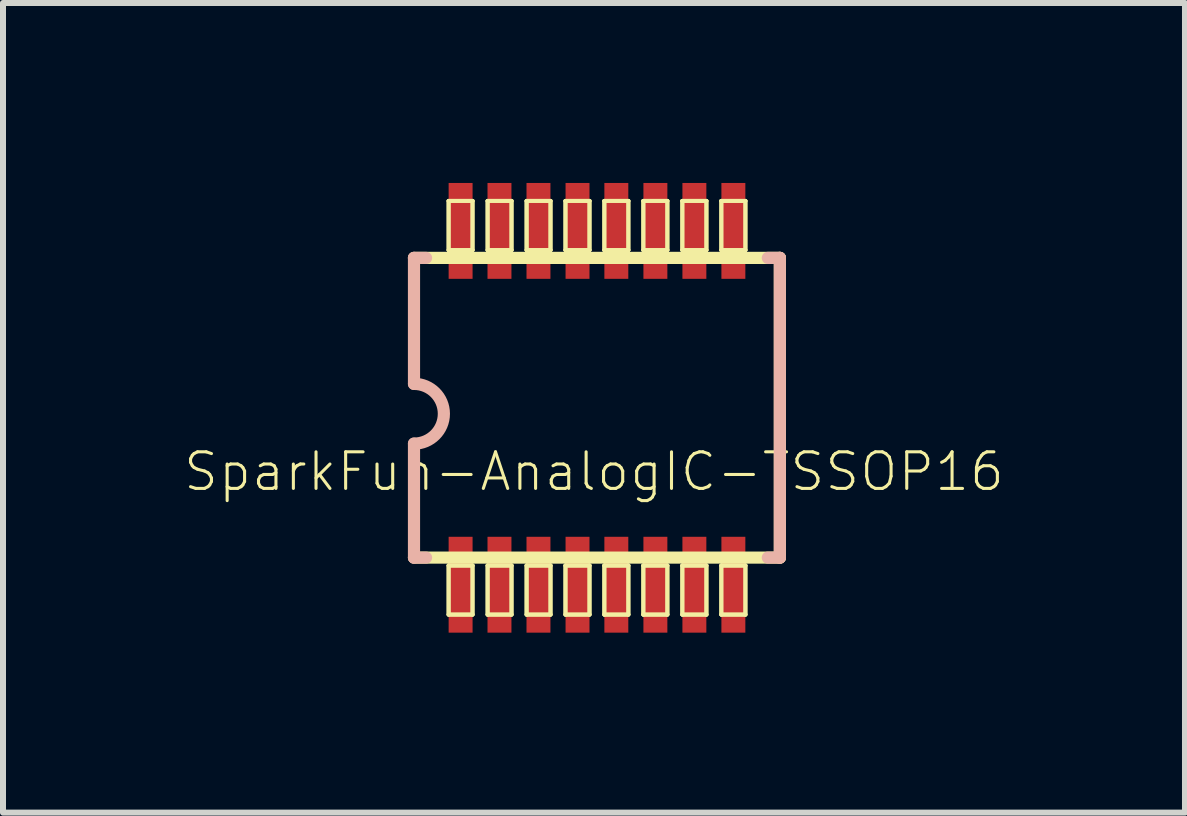
<source format=kicad_pcb>
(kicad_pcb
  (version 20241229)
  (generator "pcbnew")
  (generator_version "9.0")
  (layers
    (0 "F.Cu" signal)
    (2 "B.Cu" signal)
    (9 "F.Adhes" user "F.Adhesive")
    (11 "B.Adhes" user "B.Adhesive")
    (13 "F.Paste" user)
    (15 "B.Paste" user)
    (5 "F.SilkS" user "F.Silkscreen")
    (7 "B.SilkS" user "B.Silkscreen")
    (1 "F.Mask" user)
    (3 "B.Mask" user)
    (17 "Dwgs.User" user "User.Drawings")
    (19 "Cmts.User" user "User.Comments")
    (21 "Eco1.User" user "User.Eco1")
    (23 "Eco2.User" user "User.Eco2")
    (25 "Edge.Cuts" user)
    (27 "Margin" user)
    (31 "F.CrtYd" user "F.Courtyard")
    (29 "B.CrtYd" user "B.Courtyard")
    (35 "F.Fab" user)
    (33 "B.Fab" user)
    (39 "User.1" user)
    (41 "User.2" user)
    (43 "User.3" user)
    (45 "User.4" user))
  (footprint "SparkFun-AnalogIC-TSSOP16"
    (layer "F.Cu")
    (at 6.851 3.847)
    (property "Reference" "SparkFun-AnalogIC-TSSOP16" (at 0 0.965 0) (layer "F.SilkS") (effects (font (size 0.61 0.61) (thickness 0.051))))
    (attr smd)
    (fp_line (start -3 -2.598) (end 3.099 -2.598) (stroke (width 0.203) (type solid)) (layer "F.SilkS"))
    (fp_line (start -2.423 -3.548) (end -2.024 -3.548) (stroke (width 0.066) (type solid)) (layer "F.SilkS"))
    (fp_line (start -2.423 -3.548) (end -2.024 -3.548) (stroke (width 0.066) (type solid)) (layer "F.SilkS"))
    (fp_line (start -2.423 -2.728) (end -2.423 -3.548) (stroke (width 0.066) (type solid)) (layer "F.SilkS"))
    (fp_line (start -2.423 -2.728) (end -2.423 -3.548) (stroke (width 0.066) (type solid)) (layer "F.SilkS"))
    (fp_line (start -2.423 -2.728) (end -2.024 -2.728) (stroke (width 0.066) (type solid)) (layer "F.SilkS"))
    (fp_line (start -2.423 -2.728) (end -2.024 -2.728) (stroke (width 0.066) (type solid)) (layer "F.SilkS"))
    (fp_line (start -2.423 2.53) (end -2.024 2.53) (stroke (width 0.066) (type solid)) (layer "F.SilkS"))
    (fp_line (start -2.423 2.53) (end -2.024 2.53) (stroke (width 0.066) (type solid)) (layer "F.SilkS"))
    (fp_line (start -2.423 3.348) (end -2.423 2.53) (stroke (width 0.066) (type solid)) (layer "F.SilkS"))
    (fp_line (start -2.423 3.348) (end -2.423 2.53) (stroke (width 0.066) (type solid)) (layer "F.SilkS"))
    (fp_line (start -2.423 3.348) (end -2.024 3.348) (stroke (width 0.066) (type solid)) (layer "F.SilkS"))
    (fp_line (start -2.423 3.348) (end -2.024 3.348) (stroke (width 0.066) (type solid)) (layer "F.SilkS"))
    (fp_line (start -2.024 -2.728) (end -2.024 -3.548) (stroke (width 0.066) (type solid)) (layer "F.SilkS"))
    (fp_line (start -2.024 -2.728) (end -2.024 -3.548) (stroke (width 0.066) (type solid)) (layer "F.SilkS"))
    (fp_line (start -2.024 3.348) (end -2.024 2.53) (stroke (width 0.066) (type solid)) (layer "F.SilkS"))
    (fp_line (start -2.024 3.348) (end -2.024 2.53) (stroke (width 0.066) (type solid)) (layer "F.SilkS"))
    (fp_line (start -1.773 -3.548) (end -1.374 -3.548) (stroke (width 0.066) (type solid)) (layer "F.SilkS"))
    (fp_line (start -1.773 -3.548) (end -1.374 -3.548) (stroke (width 0.066) (type solid)) (layer "F.SilkS"))
    (fp_line (start -1.773 -2.728) (end -1.773 -3.548) (stroke (width 0.066) (type solid)) (layer "F.SilkS"))
    (fp_line (start -1.773 -2.728) (end -1.773 -3.548) (stroke (width 0.066) (type solid)) (layer "F.SilkS"))
    (fp_line (start -1.773 -2.728) (end -1.374 -2.728) (stroke (width 0.066) (type solid)) (layer "F.SilkS"))
    (fp_line (start -1.773 -2.728) (end -1.374 -2.728) (stroke (width 0.066) (type solid)) (layer "F.SilkS"))
    (fp_line (start -1.773 2.53) (end -1.374 2.53) (stroke (width 0.066) (type solid)) (layer "F.SilkS"))
    (fp_line (start -1.773 2.53) (end -1.374 2.53) (stroke (width 0.066) (type solid)) (layer "F.SilkS"))
    (fp_line (start -1.773 3.348) (end -1.773 2.53) (stroke (width 0.066) (type solid)) (layer "F.SilkS"))
    (fp_line (start -1.773 3.348) (end -1.773 2.53) (stroke (width 0.066) (type solid)) (layer "F.SilkS"))
    (fp_line (start -1.773 3.348) (end -1.374 3.348) (stroke (width 0.066) (type solid)) (layer "F.SilkS"))
    (fp_line (start -1.773 3.348) (end -1.374 3.348) (stroke (width 0.066) (type solid)) (layer "F.SilkS"))
    (fp_line (start -1.374 -2.728) (end -1.374 -3.548) (stroke (width 0.066) (type solid)) (layer "F.SilkS"))
    (fp_line (start -1.374 -2.728) (end -1.374 -3.548) (stroke (width 0.066) (type solid)) (layer "F.SilkS"))
    (fp_line (start -1.374 3.348) (end -1.374 2.53) (stroke (width 0.066) (type solid)) (layer "F.SilkS"))
    (fp_line (start -1.374 3.348) (end -1.374 2.53) (stroke (width 0.066) (type solid)) (layer "F.SilkS"))
    (fp_line (start -1.123 -3.548) (end -0.724 -3.548) (stroke (width 0.066) (type solid)) (layer "F.SilkS"))
    (fp_line (start -1.123 -3.548) (end -0.724 -3.548) (stroke (width 0.066) (type solid)) (layer "F.SilkS"))
    (fp_line (start -1.123 -2.728) (end -1.123 -3.548) (stroke (width 0.066) (type solid)) (layer "F.SilkS"))
    (fp_line (start -1.123 -2.728) (end -1.123 -3.548) (stroke (width 0.066) (type solid)) (layer "F.SilkS"))
    (fp_line (start -1.123 -2.728) (end -0.724 -2.728) (stroke (width 0.066) (type solid)) (layer "F.SilkS"))
    (fp_line (start -1.123 -2.728) (end -0.724 -2.728) (stroke (width 0.066) (type solid)) (layer "F.SilkS"))
    (fp_line (start -1.123 2.53) (end -0.724 2.53) (stroke (width 0.066) (type solid)) (layer "F.SilkS"))
    (fp_line (start -1.123 2.53) (end -0.724 2.53) (stroke (width 0.066) (type solid)) (layer "F.SilkS"))
    (fp_line (start -1.123 3.348) (end -1.123 2.53) (stroke (width 0.066) (type solid)) (layer "F.SilkS"))
    (fp_line (start -1.123 3.348) (end -1.123 2.53) (stroke (width 0.066) (type solid)) (layer "F.SilkS"))
    (fp_line (start -1.123 3.348) (end -0.724 3.348) (stroke (width 0.066) (type solid)) (layer "F.SilkS"))
    (fp_line (start -1.123 3.348) (end -0.724 3.348) (stroke (width 0.066) (type solid)) (layer "F.SilkS"))
    (fp_line (start -0.724 -2.728) (end -0.724 -3.548) (stroke (width 0.066) (type solid)) (layer "F.SilkS"))
    (fp_line (start -0.724 -2.728) (end -0.724 -3.548) (stroke (width 0.066) (type solid)) (layer "F.SilkS"))
    (fp_line (start -0.724 3.348) (end -0.724 2.53) (stroke (width 0.066) (type solid)) (layer "F.SilkS"))
    (fp_line (start -0.724 3.348) (end -0.724 2.53) (stroke (width 0.066) (type solid)) (layer "F.SilkS"))
    (fp_line (start -0.475 -3.548) (end -0.074 -3.548) (stroke (width 0.066) (type solid)) (layer "F.SilkS"))
    (fp_line (start -0.475 -3.548) (end -0.074 -3.548) (stroke (width 0.066) (type solid)) (layer "F.SilkS"))
    (fp_line (start -0.475 -2.728) (end -0.475 -3.548) (stroke (width 0.066) (type solid)) (layer "F.SilkS"))
    (fp_line (start -0.475 -2.728) (end -0.475 -3.548) (stroke (width 0.066) (type solid)) (layer "F.SilkS"))
    (fp_line (start -0.475 -2.728) (end -0.074 -2.728) (stroke (width 0.066) (type solid)) (layer "F.SilkS"))
    (fp_line (start -0.475 -2.728) (end -0.074 -2.728) (stroke (width 0.066) (type solid)) (layer "F.SilkS"))
    (fp_line (start -0.475 2.53) (end -0.074 2.53) (stroke (width 0.066) (type solid)) (layer "F.SilkS"))
    (fp_line (start -0.475 2.53) (end -0.074 2.53) (stroke (width 0.066) (type solid)) (layer "F.SilkS"))
    (fp_line (start -0.475 3.348) (end -0.475 2.53) (stroke (width 0.066) (type solid)) (layer "F.SilkS"))
    (fp_line (start -0.475 3.348) (end -0.475 2.53) (stroke (width 0.066) (type solid)) (layer "F.SilkS"))
    (fp_line (start -0.475 3.348) (end -0.074 3.348) (stroke (width 0.066) (type solid)) (layer "F.SilkS"))
    (fp_line (start -0.475 3.348) (end -0.074 3.348) (stroke (width 0.066) (type solid)) (layer "F.SilkS"))
    (fp_line (start -0.074 -2.728) (end -0.074 -3.548) (stroke (width 0.066) (type solid)) (layer "F.SilkS"))
    (fp_line (start -0.074 -2.728) (end -0.074 -3.548) (stroke (width 0.066) (type solid)) (layer "F.SilkS"))
    (fp_line (start -0.074 3.348) (end -0.074 2.53) (stroke (width 0.066) (type solid)) (layer "F.SilkS"))
    (fp_line (start -0.074 3.348) (end -0.074 2.53) (stroke (width 0.066) (type solid)) (layer "F.SilkS"))
    (fp_line (start 0.173 -3.548) (end 0.574 -3.548) (stroke (width 0.066) (type solid)) (layer "F.SilkS"))
    (fp_line (start 0.173 -3.548) (end 0.574 -3.548) (stroke (width 0.066) (type solid)) (layer "F.SilkS"))
    (fp_line (start 0.173 -2.728) (end 0.173 -3.548) (stroke (width 0.066) (type solid)) (layer "F.SilkS"))
    (fp_line (start 0.173 -2.728) (end 0.173 -3.548) (stroke (width 0.066) (type solid)) (layer "F.SilkS"))
    (fp_line (start 0.173 -2.728) (end 0.574 -2.728) (stroke (width 0.066) (type solid)) (layer "F.SilkS"))
    (fp_line (start 0.173 -2.728) (end 0.574 -2.728) (stroke (width 0.066) (type solid)) (layer "F.SilkS"))
    (fp_line (start 0.173 2.53) (end 0.574 2.53) (stroke (width 0.066) (type solid)) (layer "F.SilkS"))
    (fp_line (start 0.173 2.53) (end 0.574 2.53) (stroke (width 0.066) (type solid)) (layer "F.SilkS"))
    (fp_line (start 0.173 3.348) (end 0.173 2.53) (stroke (width 0.066) (type solid)) (layer "F.SilkS"))
    (fp_line (start 0.173 3.348) (end 0.173 2.53) (stroke (width 0.066) (type solid)) (layer "F.SilkS"))
    (fp_line (start 0.173 3.348) (end 0.574 3.348) (stroke (width 0.066) (type solid)) (layer "F.SilkS"))
    (fp_line (start 0.173 3.348) (end 0.574 3.348) (stroke (width 0.066) (type solid)) (layer "F.SilkS"))
    (fp_line (start 0.574 -2.728) (end 0.574 -3.548) (stroke (width 0.066) (type solid)) (layer "F.SilkS"))
    (fp_line (start 0.574 -2.728) (end 0.574 -3.548) (stroke (width 0.066) (type solid)) (layer "F.SilkS"))
    (fp_line (start 0.574 3.348) (end 0.574 2.53) (stroke (width 0.066) (type solid)) (layer "F.SilkS"))
    (fp_line (start 0.574 3.348) (end 0.574 2.53) (stroke (width 0.066) (type solid)) (layer "F.SilkS"))
    (fp_line (start 0.823 -3.548) (end 1.224 -3.548) (stroke (width 0.066) (type solid)) (layer "F.SilkS"))
    (fp_line (start 0.823 -3.548) (end 1.224 -3.548) (stroke (width 0.066) (type solid)) (layer "F.SilkS"))
    (fp_line (start 0.823 -2.728) (end 0.823 -3.548) (stroke (width 0.066) (type solid)) (layer "F.SilkS"))
    (fp_line (start 0.823 -2.728) (end 0.823 -3.548) (stroke (width 0.066) (type solid)) (layer "F.SilkS"))
    (fp_line (start 0.823 -2.728) (end 1.224 -2.728) (stroke (width 0.066) (type solid)) (layer "F.SilkS"))
    (fp_line (start 0.823 -2.728) (end 1.224 -2.728) (stroke (width 0.066) (type solid)) (layer "F.SilkS"))
    (fp_line (start 0.823 2.53) (end 1.224 2.53) (stroke (width 0.066) (type solid)) (layer "F.SilkS"))
    (fp_line (start 0.823 2.53) (end 1.224 2.53) (stroke (width 0.066) (type solid)) (layer "F.SilkS"))
    (fp_line (start 0.823 3.348) (end 0.823 2.53) (stroke (width 0.066) (type solid)) (layer "F.SilkS"))
    (fp_line (start 0.823 3.348) (end 0.823 2.53) (stroke (width 0.066) (type solid)) (layer "F.SilkS"))
    (fp_line (start 0.823 3.348) (end 1.224 3.348) (stroke (width 0.066) (type solid)) (layer "F.SilkS"))
    (fp_line (start 0.823 3.348) (end 1.224 3.348) (stroke (width 0.066) (type solid)) (layer "F.SilkS"))
    (fp_line (start 1.224 -2.728) (end 1.224 -3.548) (stroke (width 0.066) (type solid)) (layer "F.SilkS"))
    (fp_line (start 1.224 -2.728) (end 1.224 -3.548) (stroke (width 0.066) (type solid)) (layer "F.SilkS"))
    (fp_line (start 1.224 3.348) (end 1.224 2.53) (stroke (width 0.066) (type solid)) (layer "F.SilkS"))
    (fp_line (start 1.224 3.348) (end 1.224 2.53) (stroke (width 0.066) (type solid)) (layer "F.SilkS"))
    (fp_line (start 1.473 -3.548) (end 1.875 -3.548) (stroke (width 0.066) (type solid)) (layer "F.SilkS"))
    (fp_line (start 1.473 -3.548) (end 1.875 -3.548) (stroke (width 0.066) (type solid)) (layer "F.SilkS"))
    (fp_line (start 1.473 -2.728) (end 1.473 -3.548) (stroke (width 0.066) (type solid)) (layer "F.SilkS"))
    (fp_line (start 1.473 -2.728) (end 1.473 -3.548) (stroke (width 0.066) (type solid)) (layer "F.SilkS"))
    (fp_line (start 1.473 -2.728) (end 1.875 -2.728) (stroke (width 0.066) (type solid)) (layer "F.SilkS"))
    (fp_line (start 1.473 -2.728) (end 1.875 -2.728) (stroke (width 0.066) (type solid)) (layer "F.SilkS"))
    (fp_line (start 1.473 2.53) (end 1.875 2.53) (stroke (width 0.066) (type solid)) (layer "F.SilkS"))
    (fp_line (start 1.473 2.53) (end 1.875 2.53) (stroke (width 0.066) (type solid)) (layer "F.SilkS"))
    (fp_line (start 1.473 3.348) (end 1.473 2.53) (stroke (width 0.066) (type solid)) (layer "F.SilkS"))
    (fp_line (start 1.473 3.348) (end 1.473 2.53) (stroke (width 0.066) (type solid)) (layer "F.SilkS"))
    (fp_line (start 1.473 3.348) (end 1.875 3.348) (stroke (width 0.066) (type solid)) (layer "F.SilkS"))
    (fp_line (start 1.473 3.348) (end 1.875 3.348) (stroke (width 0.066) (type solid)) (layer "F.SilkS"))
    (fp_line (start 1.875 -2.728) (end 1.875 -3.548) (stroke (width 0.066) (type solid)) (layer "F.SilkS"))
    (fp_line (start 1.875 -2.728) (end 1.875 -3.548) (stroke (width 0.066) (type solid)) (layer "F.SilkS"))
    (fp_line (start 1.875 3.348) (end 1.875 2.53) (stroke (width 0.066) (type solid)) (layer "F.SilkS"))
    (fp_line (start 1.875 3.348) (end 1.875 2.53) (stroke (width 0.066) (type solid)) (layer "F.SilkS"))
    (fp_line (start 2.123 -3.548) (end 2.525 -3.548) (stroke (width 0.066) (type solid)) (layer "F.SilkS"))
    (fp_line (start 2.123 -3.548) (end 2.525 -3.548) (stroke (width 0.066) (type solid)) (layer "F.SilkS"))
    (fp_line (start 2.123 -2.728) (end 2.123 -3.548) (stroke (width 0.066) (type solid)) (layer "F.SilkS"))
    (fp_line (start 2.123 -2.728) (end 2.123 -3.548) (stroke (width 0.066) (type solid)) (layer "F.SilkS"))
    (fp_line (start 2.123 -2.728) (end 2.525 -2.728) (stroke (width 0.066) (type solid)) (layer "F.SilkS"))
    (fp_line (start 2.123 -2.728) (end 2.525 -2.728) (stroke (width 0.066) (type solid)) (layer "F.SilkS"))
    (fp_line (start 2.123 2.53) (end 2.525 2.53) (stroke (width 0.066) (type solid)) (layer "F.SilkS"))
    (fp_line (start 2.123 2.53) (end 2.525 2.53) (stroke (width 0.066) (type solid)) (layer "F.SilkS"))
    (fp_line (start 2.123 3.348) (end 2.123 2.53) (stroke (width 0.066) (type solid)) (layer "F.SilkS"))
    (fp_line (start 2.123 3.348) (end 2.123 2.53) (stroke (width 0.066) (type solid)) (layer "F.SilkS"))
    (fp_line (start 2.123 3.348) (end 2.525 3.348) (stroke (width 0.066) (type solid)) (layer "F.SilkS"))
    (fp_line (start 2.123 3.348) (end 2.525 3.348) (stroke (width 0.066) (type solid)) (layer "F.SilkS"))
    (fp_line (start 2.525 -2.728) (end 2.525 -3.548) (stroke (width 0.066) (type solid)) (layer "F.SilkS"))
    (fp_line (start 2.525 -2.728) (end 2.525 -3.548) (stroke (width 0.066) (type solid)) (layer "F.SilkS"))
    (fp_line (start 2.525 3.348) (end 2.525 2.53) (stroke (width 0.066) (type solid)) (layer "F.SilkS"))
    (fp_line (start 2.525 3.348) (end 2.525 2.53) (stroke (width 0.066) (type solid)) (layer "F.SilkS"))
    (fp_line (start 3.099 2.398) (end -3 2.398) (stroke (width 0.203) (type solid)) (layer "F.SilkS"))
    (fp_line (start 3.099 2.398) (end 3.099 -2.598) (stroke (width 0.203) (type solid)) (layer "F.SilkS"))
    (fp_line (start -3 -2.598) (end -3 -0.498) (stroke (width 0.203) (type solid)) (layer "B.SilkS"))
    (fp_line (start -3 -2.598) (end -2.799 -2.598) (stroke (width 0.203) (type solid)) (layer "B.SilkS"))
    (fp_line (start -3 0.498) (end -3 2.398) (stroke (width 0.203) (type solid)) (layer "B.SilkS"))
    (fp_line (start -3 2.398) (end -2.799 2.398) (stroke (width 0.203) (type solid)) (layer "B.SilkS"))
    (fp_line (start 2.898 2.398) (end 3.099 2.398) (stroke (width 0.203) (type solid)) (layer "B.SilkS"))
    (fp_line (start 3.099 -2.598) (end 2.898 -2.598) (stroke (width 0.203) (type solid)) (layer "B.SilkS"))
    (fp_line (start 3.099 2.398) (end 3.099 -2.598) (stroke (width 0.203) (type solid)) (layer "B.SilkS"))
    (fp_arc (start -2.99974 -0.49784) (mid -2.5019 0) (end -2.99974 0.49784) (stroke (width 0.2032) (type solid)) (layer "B.SilkS"))
    (pad "1" smd rect (at -2.223 2.85) (size 0.399 1.598) (layers "F.Cu" "F.Mask" "F.Paste"))
    (pad "2" smd rect (at -1.575 2.85) (size 0.399 1.598) (layers "F.Cu" "F.Mask" "F.Paste"))
    (pad "3" smd rect (at -0.925 2.85) (size 0.399 1.598) (layers "F.Cu" "F.Mask" "F.Paste"))
    (pad "4" smd rect (at -0.274 2.85) (size 0.399 1.598) (layers "F.Cu" "F.Mask" "F.Paste"))
    (pad "5" smd rect (at 0.373 2.85) (size 0.399 1.598) (layers "F.Cu" "F.Mask" "F.Paste"))
    (pad "6" smd rect (at 1.024 2.85) (size 0.399 1.598) (layers "F.Cu" "F.Mask" "F.Paste"))
    (pad "7" smd rect (at 1.674 2.85) (size 0.399 1.598) (layers "F.Cu" "F.Mask" "F.Paste"))
    (pad "8" smd rect (at 2.324 2.85) (size 0.399 1.598) (layers "F.Cu" "F.Mask" "F.Paste"))
    (pad "9" smd rect (at 2.324 -3.048) (size 0.399 1.598) (layers "F.Cu" "F.Mask" "F.Paste"))
    (pad "10" smd rect (at 1.674 -3.048) (size 0.399 1.598) (layers "F.Cu" "F.Mask" "F.Paste"))
    (pad "11" smd rect (at 1.024 -3.048) (size 0.399 1.598) (layers "F.Cu" "F.Mask" "F.Paste"))
    (pad "12" smd rect (at 0.373 -3.048) (size 0.399 1.598) (layers "F.Cu" "F.Mask" "F.Paste"))
    (pad "13" smd rect (at -0.274 -3.048) (size 0.399 1.598) (layers "F.Cu" "F.Mask" "F.Paste"))
    (pad "14" smd rect (at -0.925 -3.048) (size 0.399 1.598) (layers "F.Cu" "F.Mask" "F.Paste"))
    (pad "15" smd rect (at -1.575 -3.048) (size 0.399 1.598) (layers "F.Cu" "F.Mask" "F.Paste"))
    (pad "16" smd rect (at -2.223 -3.048) (size 0.399 1.598) (layers "F.Cu" "F.Mask" "F.Paste")))
  (gr_rect
    (start -3 -3)
    (end 16.703 10.496)
    (stroke (width 0.1) (type default))
    (fill no)
    (layer "Edge.Cuts")))
</source>
